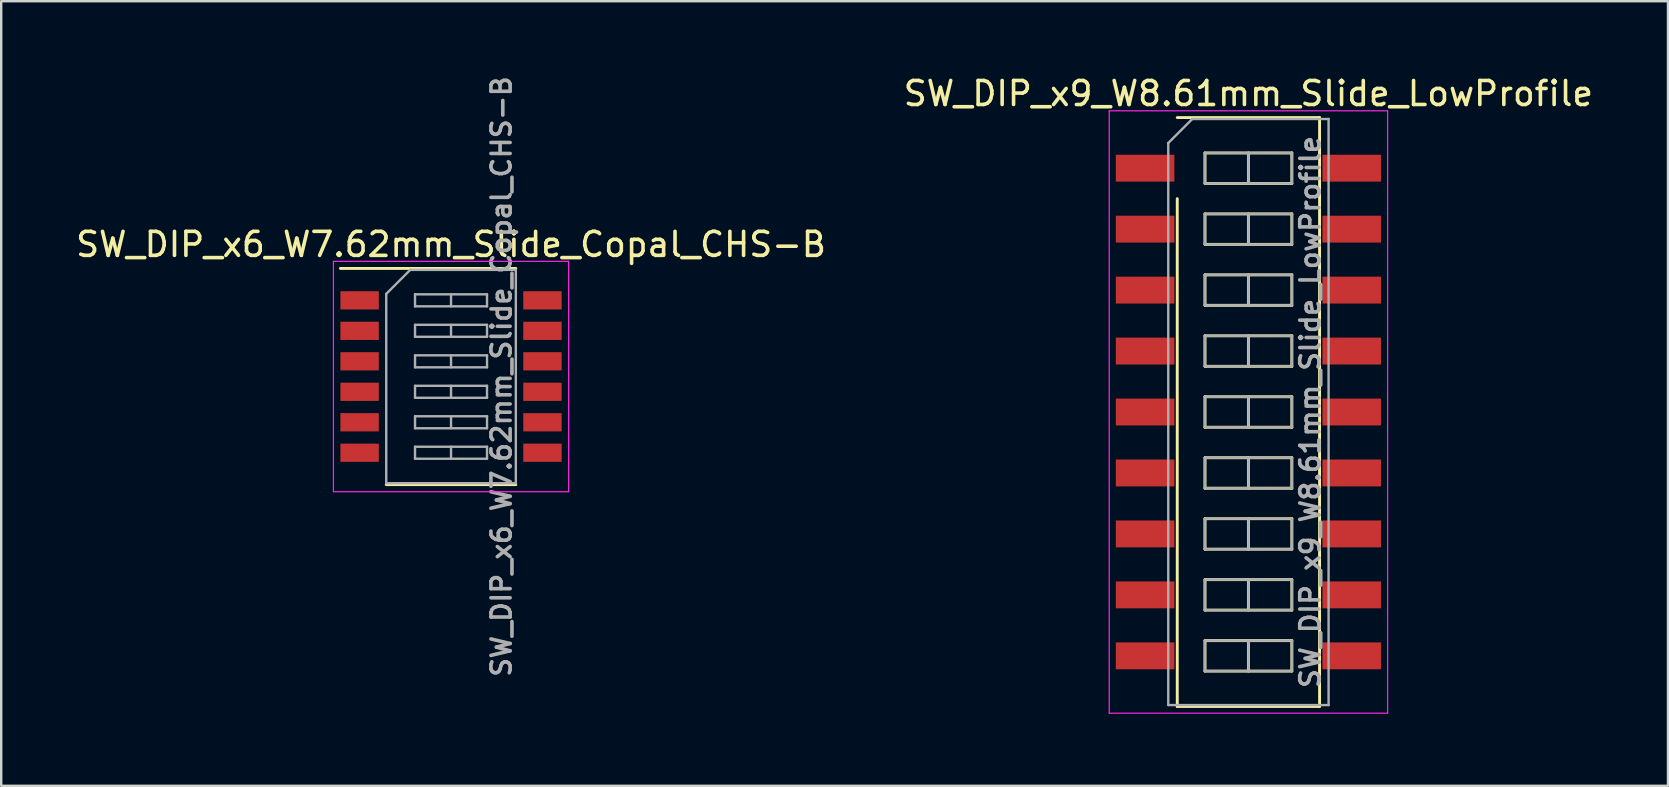
<source format=kicad_pcb>
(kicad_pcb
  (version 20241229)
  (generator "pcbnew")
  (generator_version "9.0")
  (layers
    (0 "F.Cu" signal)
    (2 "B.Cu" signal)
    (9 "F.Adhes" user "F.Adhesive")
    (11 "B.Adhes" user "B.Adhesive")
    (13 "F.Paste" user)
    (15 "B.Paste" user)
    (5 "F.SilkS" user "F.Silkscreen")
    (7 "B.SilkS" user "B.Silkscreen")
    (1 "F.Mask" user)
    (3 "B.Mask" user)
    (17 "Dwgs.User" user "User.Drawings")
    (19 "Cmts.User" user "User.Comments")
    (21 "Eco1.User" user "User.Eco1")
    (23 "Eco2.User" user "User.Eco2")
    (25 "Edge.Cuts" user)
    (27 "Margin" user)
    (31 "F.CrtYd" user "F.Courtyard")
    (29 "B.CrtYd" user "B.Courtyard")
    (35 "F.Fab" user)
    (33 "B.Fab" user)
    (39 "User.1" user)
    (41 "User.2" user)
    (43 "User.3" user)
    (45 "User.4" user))
  (footprint "SW_DIP_x6_W7.62mm_Slide_Copal_CHS-B"
    (layer "F.Cu")
    (at 15.744 12.64)
    (property "Reference" "SW_DIP_x6_W7.62mm_Slide_Copal_CHS-B" (at 0 -5.505 0) (layer "F.SilkS") (effects (font (size 1 1) (thickness 0.15))))
    (attr smd)
    (fp_line (start -4.61 -4.505) (end 2.7 -4.505) (stroke (width 0.12) (type solid)) (layer "F.SilkS"))
    (fp_line (start -2.7 4.505) (end 2.7 4.505) (stroke (width 0.12) (type solid)) (layer "F.SilkS"))
    (fp_line (start -4.9 -4.8) (end -4.9 4.8) (stroke (width 0.05) (type solid)) (layer "F.CrtYd"))
    (fp_line (start -4.9 4.8) (end 4.9 4.8) (stroke (width 0.05) (type solid)) (layer "F.CrtYd"))
    (fp_line (start 4.9 -4.8) (end -4.9 -4.8) (stroke (width 0.05) (type solid)) (layer "F.CrtYd"))
    (fp_line (start 4.9 4.8) (end 4.9 -4.8) (stroke (width 0.05) (type solid)) (layer "F.CrtYd"))
    (fp_line (start -2.7 -3.445) (end -1.7 -4.445) (stroke (width 0.1) (type solid)) (layer "F.Fab"))
    (fp_line (start -2.7 4.445) (end -2.7 -3.445) (stroke (width 0.1) (type solid)) (layer "F.Fab"))
    (fp_line (start -1.7 -4.445) (end 2.7 -4.445) (stroke (width 0.1) (type solid)) (layer "F.Fab"))
    (fp_line (start -1.5 -3.425) (end -1.5 -2.925) (stroke (width 0.1) (type solid)) (layer "F.Fab"))
    (fp_line (start -1.5 -2.925) (end 1.5 -2.925) (stroke (width 0.1) (type solid)) (layer "F.Fab"))
    (fp_line (start -1.5 -2.155) (end -1.5 -1.655) (stroke (width 0.1) (type solid)) (layer "F.Fab"))
    (fp_line (start -1.5 -1.655) (end 1.5 -1.655) (stroke (width 0.1) (type solid)) (layer "F.Fab"))
    (fp_line (start -1.5 -0.885) (end -1.5 -0.385) (stroke (width 0.1) (type solid)) (layer "F.Fab"))
    (fp_line (start -1.5 -0.385) (end 1.5 -0.385) (stroke (width 0.1) (type solid)) (layer "F.Fab"))
    (fp_line (start -1.5 0.385) (end -1.5 0.885) (stroke (width 0.1) (type solid)) (layer "F.Fab"))
    (fp_line (start -1.5 0.885) (end 1.5 0.885) (stroke (width 0.1) (type solid)) (layer "F.Fab"))
    (fp_line (start -1.5 1.655) (end -1.5 2.155) (stroke (width 0.1) (type solid)) (layer "F.Fab"))
    (fp_line (start -1.5 2.155) (end 1.5 2.155) (stroke (width 0.1) (type solid)) (layer "F.Fab"))
    (fp_line (start -1.5 2.925) (end -1.5 3.425) (stroke (width 0.1) (type solid)) (layer "F.Fab"))
    (fp_line (start -1.5 3.425) (end 1.5 3.425) (stroke (width 0.1) (type solid)) (layer "F.Fab"))
    (fp_line (start 0 -3.425) (end 0 -2.925) (stroke (width 0.1) (type solid)) (layer "F.Fab"))
    (fp_line (start 0 -2.155) (end 0 -1.655) (stroke (width 0.1) (type solid)) (layer "F.Fab"))
    (fp_line (start 0 -0.885) (end 0 -0.385) (stroke (width 0.1) (type solid)) (layer "F.Fab"))
    (fp_line (start 0 0.385) (end 0 0.885) (stroke (width 0.1) (type solid)) (layer "F.Fab"))
    (fp_line (start 0 1.655) (end 0 2.155) (stroke (width 0.1) (type solid)) (layer "F.Fab"))
    (fp_line (start 0 2.925) (end 0 3.425) (stroke (width 0.1) (type solid)) (layer "F.Fab"))
    (fp_line (start 1.5 -3.425) (end -1.5 -3.425) (stroke (width 0.1) (type solid)) (layer "F.Fab"))
    (fp_line (start 1.5 -2.925) (end 1.5 -3.425) (stroke (width 0.1) (type solid)) (layer "F.Fab"))
    (fp_line (start 1.5 -2.155) (end -1.5 -2.155) (stroke (width 0.1) (type solid)) (layer "F.Fab"))
    (fp_line (start 1.5 -1.655) (end 1.5 -2.155) (stroke (width 0.1) (type solid)) (layer "F.Fab"))
    (fp_line (start 1.5 -0.885) (end -1.5 -0.885) (stroke (width 0.1) (type solid)) (layer "F.Fab"))
    (fp_line (start 1.5 -0.385) (end 1.5 -0.885) (stroke (width 0.1) (type solid)) (layer "F.Fab"))
    (fp_line (start 1.5 0.385) (end -1.5 0.385) (stroke (width 0.1) (type solid)) (layer "F.Fab"))
    (fp_line (start 1.5 0.885) (end 1.5 0.385) (stroke (width 0.1) (type solid)) (layer "F.Fab"))
    (fp_line (start 1.5 1.655) (end -1.5 1.655) (stroke (width 0.1) (type solid)) (layer "F.Fab"))
    (fp_line (start 1.5 2.155) (end 1.5 1.655) (stroke (width 0.1) (type solid)) (layer "F.Fab"))
    (fp_line (start 1.5 2.925) (end -1.5 2.925) (stroke (width 0.1) (type solid)) (layer "F.Fab"))
    (fp_line (start 1.5 3.425) (end 1.5 2.925) (stroke (width 0.1) (type solid)) (layer "F.Fab"))
    (fp_line (start 2.7 -4.445) (end 2.7 4.445) (stroke (width 0.1) (type solid)) (layer "F.Fab"))
    (fp_line (start 2.7 4.445) (end -2.7 4.445) (stroke (width 0.1) (type solid)) (layer "F.Fab"))
    (fp_text user "${REFERENCE}" (at 2.1 0 90) (layer "F.Fab") (effects (font (size 0.8 0.8) (thickness 0.15))))
    (pad "1" smd rect (at -3.81 -3.175) (size 1.6 0.76) (layers "F.Cu" "F.Mask" "F.Paste"))
    (pad "2" smd rect (at -3.81 -1.905) (size 1.6 0.76) (layers "F.Cu" "F.Mask" "F.Paste"))
    (pad "3" smd rect (at -3.81 -0.635) (size 1.6 0.76) (layers "F.Cu" "F.Mask" "F.Paste"))
    (pad "4" smd rect (at -3.81 0.635) (size 1.6 0.76) (layers "F.Cu" "F.Mask" "F.Paste"))
    (pad "5" smd rect (at -3.81 1.905) (size 1.6 0.76) (layers "F.Cu" "F.Mask" "F.Paste"))
    (pad "6" smd rect (at -3.81 3.175) (size 1.6 0.76) (layers "F.Cu" "F.Mask" "F.Paste"))
    (pad "7" smd rect (at 3.81 3.175) (size 1.6 0.76) (layers "F.Cu" "F.Mask" "F.Paste"))
    (pad "8" smd rect (at 3.81 1.905) (size 1.6 0.76) (layers "F.Cu" "F.Mask" "F.Paste"))
    (pad "9" smd rect (at 3.81 0.635) (size 1.6 0.76) (layers "F.Cu" "F.Mask" "F.Paste"))
    (pad "10" smd rect (at 3.81 -0.635) (size 1.6 0.76) (layers "F.Cu" "F.Mask" "F.Paste"))
    (pad "11" smd rect (at 3.81 -1.905) (size 1.6 0.76) (layers "F.Cu" "F.Mask" "F.Paste"))
    (pad "12" smd rect (at 3.81 -3.175) (size 1.6 0.76) (layers "F.Cu" "F.Mask" "F.Paste")))
  (footprint "SW_DIP_x9_W8.61mm_Slide_LowProfile"
    (layer "F.Cu")
    (at 48.97 14.118)
    (property "Reference" "SW_DIP_x9_W8.61mm_Slide_LowProfile" (at 0 -13.27 0) (layer "F.SilkS") (effects (font (size 1 1) (thickness 0.15))))
    (attr smd)
    (fp_line (start -2.965 -12.27) (end 2.965 -12.27) (stroke (width 0.12) (type solid)) (layer "F.SilkS"))
    (fp_line (start -2.965 12.27) (end -2.965 -8.89) (stroke (width 0.12) (type solid)) (layer "F.SilkS"))
    (fp_line (start -1.81 -10.795) (end -1.81 -9.525) (stroke (width 0.12) (type solid)) (layer "F.SilkS"))
    (fp_line (start -1.81 -9.525) (end 1.81 -9.525) (stroke (width 0.12) (type solid)) (layer "F.SilkS"))
    (fp_line (start -1.81 -8.255) (end -1.81 -6.985) (stroke (width 0.12) (type solid)) (layer "F.SilkS"))
    (fp_line (start -1.81 -6.985) (end 1.81 -6.985) (stroke (width 0.12) (type solid)) (layer "F.SilkS"))
    (fp_line (start -1.81 -5.715) (end -1.81 -4.445) (stroke (width 0.12) (type solid)) (layer "F.SilkS"))
    (fp_line (start -1.81 -4.445) (end 1.81 -4.445) (stroke (width 0.12) (type solid)) (layer "F.SilkS"))
    (fp_line (start -1.81 -3.175) (end -1.81 -1.905) (stroke (width 0.12) (type solid)) (layer "F.SilkS"))
    (fp_line (start -1.81 -1.905) (end 1.81 -1.905) (stroke (width 0.12) (type solid)) (layer "F.SilkS"))
    (fp_line (start -1.81 -0.635) (end -1.81 0.635) (stroke (width 0.12) (type solid)) (layer "F.SilkS"))
    (fp_line (start -1.81 0.635) (end 1.81 0.635) (stroke (width 0.12) (type solid)) (layer "F.SilkS"))
    (fp_line (start -1.81 1.905) (end -1.81 3.175) (stroke (width 0.12) (type solid)) (layer "F.SilkS"))
    (fp_line (start -1.81 3.175) (end 1.81 3.175) (stroke (width 0.12) (type solid)) (layer "F.SilkS"))
    (fp_line (start -1.81 4.445) (end -1.81 5.715) (stroke (width 0.12) (type solid)) (layer "F.SilkS"))
    (fp_line (start -1.81 5.715) (end 1.81 5.715) (stroke (width 0.12) (type solid)) (layer "F.SilkS"))
    (fp_line (start -1.81 6.985) (end -1.81 8.255) (stroke (width 0.12) (type solid)) (layer "F.SilkS"))
    (fp_line (start -1.81 8.255) (end 1.81 8.255) (stroke (width 0.12) (type solid)) (layer "F.SilkS"))
    (fp_line (start -1.81 9.525) (end -1.81 10.795) (stroke (width 0.12) (type solid)) (layer "F.SilkS"))
    (fp_line (start -1.81 10.795) (end 1.81 10.795) (stroke (width 0.12) (type solid)) (layer "F.SilkS"))
    (fp_line (start 0 -10.795) (end 0 -9.525) (stroke (width 0.12) (type solid)) (layer "F.SilkS"))
    (fp_line (start 0 -8.255) (end 0 -6.985) (stroke (width 0.12) (type solid)) (layer "F.SilkS"))
    (fp_line (start 0 -5.715) (end 0 -4.445) (stroke (width 0.12) (type solid)) (layer "F.SilkS"))
    (fp_line (start 0 -3.175) (end 0 -1.905) (stroke (width 0.12) (type solid)) (layer "F.SilkS"))
    (fp_line (start 0 -0.635) (end 0 0.635) (stroke (width 0.12) (type solid)) (layer "F.SilkS"))
    (fp_line (start 0 1.905) (end 0 3.175) (stroke (width 0.12) (type solid)) (layer "F.SilkS"))
    (fp_line (start 0 4.445) (end 0 5.715) (stroke (width 0.12) (type solid)) (layer "F.SilkS"))
    (fp_line (start 0 6.985) (end 0 8.255) (stroke (width 0.12) (type solid)) (layer "F.SilkS"))
    (fp_line (start 0 9.525) (end 0 10.795) (stroke (width 0.12) (type solid)) (layer "F.SilkS"))
    (fp_line (start 1.81 -10.795) (end -1.81 -10.795) (stroke (width 0.12) (type solid)) (layer "F.SilkS"))
    (fp_line (start 1.81 -9.525) (end 1.81 -10.795) (stroke (width 0.12) (type solid)) (layer "F.SilkS"))
    (fp_line (start 1.81 -8.255) (end -1.81 -8.255) (stroke (width 0.12) (type solid)) (layer "F.SilkS"))
    (fp_line (start 1.81 -6.985) (end 1.81 -8.255) (stroke (width 0.12) (type solid)) (layer "F.SilkS"))
    (fp_line (start 1.81 -5.715) (end -1.81 -5.715) (stroke (width 0.12) (type solid)) (layer "F.SilkS"))
    (fp_line (start 1.81 -4.445) (end 1.81 -5.715) (stroke (width 0.12) (type solid)) (layer "F.SilkS"))
    (fp_line (start 1.81 -3.175) (end -1.81 -3.175) (stroke (width 0.12) (type solid)) (layer "F.SilkS"))
    (fp_line (start 1.81 -1.905) (end 1.81 -3.175) (stroke (width 0.12) (type solid)) (layer "F.SilkS"))
    (fp_line (start 1.81 -0.635) (end -1.81 -0.635) (stroke (width 0.12) (type solid)) (layer "F.SilkS"))
    (fp_line (start 1.81 0.635) (end 1.81 -0.635) (stroke (width 0.12) (type solid)) (layer "F.SilkS"))
    (fp_line (start 1.81 1.905) (end -1.81 1.905) (stroke (width 0.12) (type solid)) (layer "F.SilkS"))
    (fp_line (start 1.81 3.175) (end 1.81 1.905) (stroke (width 0.12) (type solid)) (layer "F.SilkS"))
    (fp_line (start 1.81 4.445) (end -1.81 4.445) (stroke (width 0.12) (type solid)) (layer "F.SilkS"))
    (fp_line (start 1.81 5.715) (end 1.81 4.445) (stroke (width 0.12) (type solid)) (layer "F.SilkS"))
    (fp_line (start 1.81 6.985) (end -1.81 6.985) (stroke (width 0.12) (type solid)) (layer "F.SilkS"))
    (fp_line (start 1.81 8.255) (end 1.81 6.985) (stroke (width 0.12) (type solid)) (layer "F.SilkS"))
    (fp_line (start 1.81 9.525) (end -1.81 9.525) (stroke (width 0.12) (type solid)) (layer "F.SilkS"))
    (fp_line (start 1.81 10.795) (end 1.81 9.525) (stroke (width 0.12) (type solid)) (layer "F.SilkS"))
    (fp_line (start 2.965 -12.27) (end 2.965 12.27) (stroke (width 0.12) (type solid)) (layer "F.SilkS"))
    (fp_line (start 2.965 12.27) (end -2.965 12.27) (stroke (width 0.12) (type solid)) (layer "F.SilkS"))
    (fp_line (start -5.8 -12.55) (end -5.8 12.55) (stroke (width 0.05) (type solid)) (layer "F.CrtYd"))
    (fp_line (start -5.8 12.55) (end 5.8 12.55) (stroke (width 0.05) (type solid)) (layer "F.CrtYd"))
    (fp_line (start 5.8 -12.55) (end -5.8 -12.55) (stroke (width 0.05) (type solid)) (layer "F.CrtYd"))
    (fp_line (start 5.8 12.55) (end 5.8 -12.55) (stroke (width 0.05) (type solid)) (layer "F.CrtYd"))
    (fp_line (start -3.34 -11.21) (end -2.34 -12.21) (stroke (width 0.1) (type solid)) (layer "F.Fab"))
    (fp_line (start -3.34 12.21) (end -3.34 -11.21) (stroke (width 0.1) (type solid)) (layer "F.Fab"))
    (fp_line (start -2.34 -12.21) (end 3.34 -12.21) (stroke (width 0.1) (type solid)) (layer "F.Fab"))
    (fp_line (start -1.81 -10.795) (end -1.81 -9.525) (stroke (width 0.1) (type solid)) (layer "F.Fab"))
    (fp_line (start -1.81 -9.525) (end 1.81 -9.525) (stroke (width 0.1) (type solid)) (layer "F.Fab"))
    (fp_line (start -1.81 -8.255) (end -1.81 -6.985) (stroke (width 0.1) (type solid)) (layer "F.Fab"))
    (fp_line (start -1.81 -6.985) (end 1.81 -6.985) (stroke (width 0.1) (type solid)) (layer "F.Fab"))
    (fp_line (start -1.81 -5.715) (end -1.81 -4.445) (stroke (width 0.1) (type solid)) (layer "F.Fab"))
    (fp_line (start -1.81 -4.445) (end 1.81 -4.445) (stroke (width 0.1) (type solid)) (layer "F.Fab"))
    (fp_line (start -1.81 -3.175) (end -1.81 -1.905) (stroke (width 0.1) (type solid)) (layer "F.Fab"))
    (fp_line (start -1.81 -1.905) (end 1.81 -1.905) (stroke (width 0.1) (type solid)) (layer "F.Fab"))
    (fp_line (start -1.81 -0.635) (end -1.81 0.635) (stroke (width 0.1) (type solid)) (layer "F.Fab"))
    (fp_line (start -1.81 0.635) (end 1.81 0.635) (stroke (width 0.1) (type solid)) (layer "F.Fab"))
    (fp_line (start -1.81 1.905) (end -1.81 3.175) (stroke (width 0.1) (type solid)) (layer "F.Fab"))
    (fp_line (start -1.81 3.175) (end 1.81 3.175) (stroke (width 0.1) (type solid)) (layer "F.Fab"))
    (fp_line (start -1.81 4.445) (end -1.81 5.715) (stroke (width 0.1) (type solid)) (layer "F.Fab"))
    (fp_line (start -1.81 5.715) (end 1.81 5.715) (stroke (width 0.1) (type solid)) (layer "F.Fab"))
    (fp_line (start -1.81 6.985) (end -1.81 8.255) (stroke (width 0.1) (type solid)) (layer "F.Fab"))
    (fp_line (start -1.81 8.255) (end 1.81 8.255) (stroke (width 0.1) (type solid)) (layer "F.Fab"))
    (fp_line (start -1.81 9.525) (end -1.81 10.795) (stroke (width 0.1) (type solid)) (layer "F.Fab"))
    (fp_line (start -1.81 10.795) (end 1.81 10.795) (stroke (width 0.1) (type solid)) (layer "F.Fab"))
    (fp_line (start 0 -10.795) (end 0 -9.525) (stroke (width 0.1) (type solid)) (layer "F.Fab"))
    (fp_line (start 0 -8.255) (end 0 -6.985) (stroke (width 0.1) (type solid)) (layer "F.Fab"))
    (fp_line (start 0 -5.715) (end 0 -4.445) (stroke (width 0.1) (type solid)) (layer "F.Fab"))
    (fp_line (start 0 -3.175) (end 0 -1.905) (stroke (width 0.1) (type solid)) (layer "F.Fab"))
    (fp_line (start 0 -0.635) (end 0 0.635) (stroke (width 0.1) (type solid)) (layer "F.Fab"))
    (fp_line (start 0 1.905) (end 0 3.175) (stroke (width 0.1) (type solid)) (layer "F.Fab"))
    (fp_line (start 0 4.445) (end 0 5.715) (stroke (width 0.1) (type solid)) (layer "F.Fab"))
    (fp_line (start 0 6.985) (end 0 8.255) (stroke (width 0.1) (type solid)) (layer "F.Fab"))
    (fp_line (start 0 9.525) (end 0 10.795) (stroke (width 0.1) (type solid)) (layer "F.Fab"))
    (fp_line (start 1.81 -10.795) (end -1.81 -10.795) (stroke (width 0.1) (type solid)) (layer "F.Fab"))
    (fp_line (start 1.81 -9.525) (end 1.81 -10.795) (stroke (width 0.1) (type solid)) (layer "F.Fab"))
    (fp_line (start 1.81 -8.255) (end -1.81 -8.255) (stroke (width 0.1) (type solid)) (layer "F.Fab"))
    (fp_line (start 1.81 -6.985) (end 1.81 -8.255) (stroke (width 0.1) (type solid)) (layer "F.Fab"))
    (fp_line (start 1.81 -5.715) (end -1.81 -5.715) (stroke (width 0.1) (type solid)) (layer "F.Fab"))
    (fp_line (start 1.81 -4.445) (end 1.81 -5.715) (stroke (width 0.1) (type solid)) (layer "F.Fab"))
    (fp_line (start 1.81 -3.175) (end -1.81 -3.175) (stroke (width 0.1) (type solid)) (layer "F.Fab"))
    (fp_line (start 1.81 -1.905) (end 1.81 -3.175) (stroke (width 0.1) (type solid)) (layer "F.Fab"))
    (fp_line (start 1.81 -0.635) (end -1.81 -0.635) (stroke (width 0.1) (type solid)) (layer "F.Fab"))
    (fp_line (start 1.81 0.635) (end 1.81 -0.635) (stroke (width 0.1) (type solid)) (layer "F.Fab"))
    (fp_line (start 1.81 1.905) (end -1.81 1.905) (stroke (width 0.1) (type solid)) (layer "F.Fab"))
    (fp_line (start 1.81 3.175) (end 1.81 1.905) (stroke (width 0.1) (type solid)) (layer "F.Fab"))
    (fp_line (start 1.81 4.445) (end -1.81 4.445) (stroke (width 0.1) (type solid)) (layer "F.Fab"))
    (fp_line (start 1.81 5.715) (end 1.81 4.445) (stroke (width 0.1) (type solid)) (layer "F.Fab"))
    (fp_line (start 1.81 6.985) (end -1.81 6.985) (stroke (width 0.1) (type solid)) (layer "F.Fab"))
    (fp_line (start 1.81 8.255) (end 1.81 6.985) (stroke (width 0.1) (type solid)) (layer "F.Fab"))
    (fp_line (start 1.81 9.525) (end -1.81 9.525) (stroke (width 0.1) (type solid)) (layer "F.Fab"))
    (fp_line (start 1.81 10.795) (end 1.81 9.525) (stroke (width 0.1) (type solid)) (layer "F.Fab"))
    (fp_line (start 3.34 -12.21) (end 3.34 12.21) (stroke (width 0.1) (type solid)) (layer "F.Fab"))
    (fp_line (start 3.34 12.21) (end -3.34 12.21) (stroke (width 0.1) (type solid)) (layer "F.Fab"))
    (fp_text user "${REFERENCE}" (at 2.575 0 90) (layer "F.Fab") (effects (font (size 0.8 0.8) (thickness 0.15))))
    (pad "1" smd rect (at -4.305 -10.16) (size 2.44 1.12) (layers "F.Cu" "F.Mask" "F.Paste"))
    (pad "2" smd rect (at -4.305 -7.62) (size 2.44 1.12) (layers "F.Cu" "F.Mask" "F.Paste"))
    (pad "3" smd rect (at -4.305 -5.08) (size 2.44 1.12) (layers "F.Cu" "F.Mask" "F.Paste"))
    (pad "4" smd rect (at -4.305 -2.54) (size 2.44 1.12) (layers "F.Cu" "F.Mask" "F.Paste"))
    (pad "5" smd rect (at -4.305 0) (size 2.44 1.12) (layers "F.Cu" "F.Mask" "F.Paste"))
    (pad "6" smd rect (at -4.305 2.54) (size 2.44 1.12) (layers "F.Cu" "F.Mask" "F.Paste"))
    (pad "7" smd rect (at -4.305 5.08) (size 2.44 1.12) (layers "F.Cu" "F.Mask" "F.Paste"))
    (pad "8" smd rect (at -4.305 7.62) (size 2.44 1.12) (layers "F.Cu" "F.Mask" "F.Paste"))
    (pad "9" smd rect (at -4.305 10.16) (size 2.44 1.12) (layers "F.Cu" "F.Mask" "F.Paste"))
    (pad "10" smd rect (at 4.305 10.16) (size 2.44 1.12) (layers "F.Cu" "F.Mask" "F.Paste"))
    (pad "11" smd rect (at 4.305 7.62) (size 2.44 1.12) (layers "F.Cu" "F.Mask" "F.Paste"))
    (pad "12" smd rect (at 4.305 5.08) (size 2.44 1.12) (layers "F.Cu" "F.Mask" "F.Paste"))
    (pad "13" smd rect (at 4.305 2.54) (size 2.44 1.12) (layers "F.Cu" "F.Mask" "F.Paste"))
    (pad "14" smd rect (at 4.305 0) (size 2.44 1.12) (layers "F.Cu" "F.Mask" "F.Paste"))
    (pad "15" smd rect (at 4.305 -2.54) (size 2.44 1.12) (layers "F.Cu" "F.Mask" "F.Paste"))
    (pad "16" smd rect (at 4.305 -5.08) (size 2.44 1.12) (layers "F.Cu" "F.Mask" "F.Paste"))
    (pad "17" smd rect (at 4.305 -7.62) (size 2.44 1.12) (layers "F.Cu" "F.Mask" "F.Paste"))
    (pad "18" smd rect (at 4.305 -10.16) (size 2.44 1.12) (layers "F.Cu" "F.Mask" "F.Paste")))
  (gr_rect
    (start -3 -3)
    (end 66.452 29.693)
    (stroke (width 0.1) (type default))
    (fill no)
    (layer "Edge.Cuts")))
</source>
